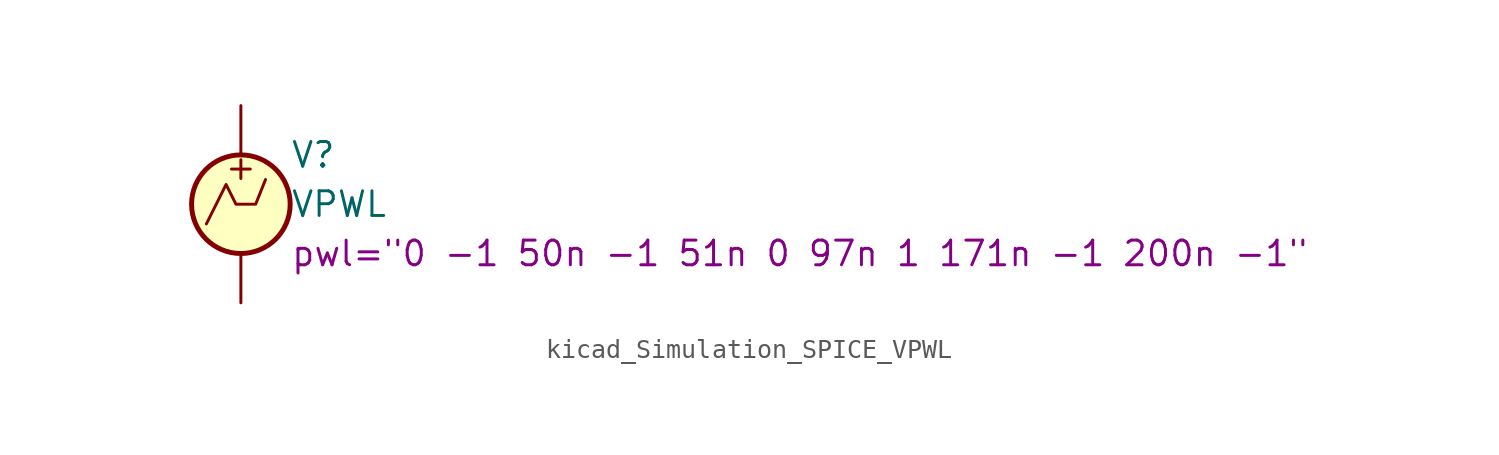
<source format=kicad_sym>
(kicad_symbol_lib
  (version 20220914)
  (generator kicad_symbol_editor)
  (symbol "kicad_Simulation_SPICE_VPWL"
    (pin_numbers hide)
    (pin_names
      (offset 0.025))
    (property "Reference" "V"
      (at 2.54 2.54 0)
      (effects (font (size 1.27 1.27)) (justify left)))
    (property "Value" "VPWL"
      (at 2.54 0 0)
      (effects (font (size 1.27 1.27)) (justify left)))
    (property "Sim.Params" "pwl=\"0 -1 50n -1 51n 0 97n 1 171n -1 200n -1\""
      (at 2.54 -2.54 0)
      (effects (font (size 1.27 1.27)) (justify left)))
    (symbol "kicad_Simulation_SPICE_VPWL_0_0"
      (polyline (pts (xy -1.778 -1.016) (xy -0.762 1.016) (xy -0.254 0) (xy 0.762 0) (xy 1.27 1.27)) (stroke (width 0) (type default)) (fill (type none)))
      (text "+" (at 0 1.905 0) (effects (font (size 1.27 1.27)))))
    (symbol "kicad_Simulation_SPICE_VPWL_0_1"
      (circle (center 0 0) (radius 2.54) (stroke (width 0.254) (type default)) (fill (type background))))
    (symbol "kicad_Simulation_SPICE_VPWL_1_1"
      (pin passive line (at 0 5.08 270) (length 2.54) (name "~" (effects (font (size 1.27 1.27)))) (number "1" (effects (font (size 1.27 1.27)))))
      (pin passive line (at 0 -5.08 90) (length 2.54) (name "~" (effects (font (size 1.27 1.27)))) (number "2" (effects (font (size 1.27 1.27))))))))
</source>
